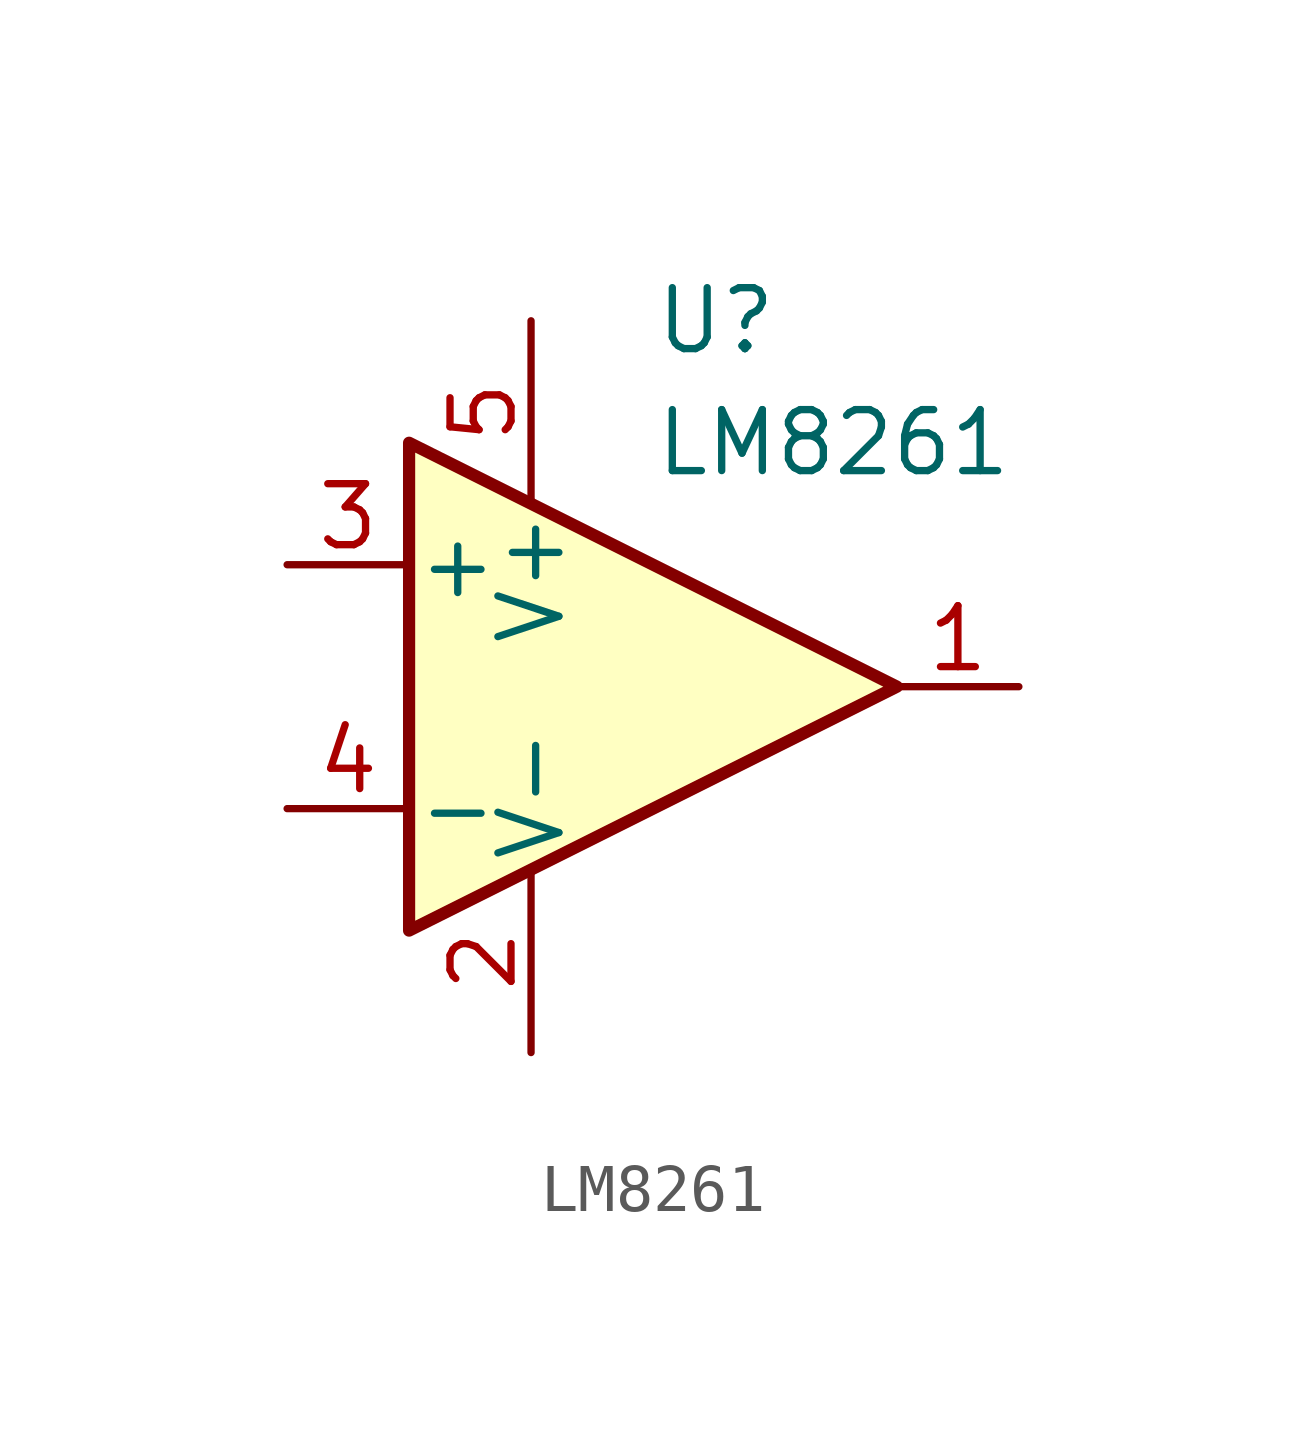
<source format=kicad_sym>
(kicad_symbol_lib
  (version 20220914)
  (generator kicad_symbol_editor)
  (symbol "LM8261"
    (pin_names
      (offset 0.127))
    (property "Reference" "U"
      (at 0 7.62 0)
      (effects (font (size 1.27 1.27)) (justify left)))
    (property "Value" "LM8261"
      (at 0 5.08 0)
      (effects (font (size 1.27 1.27)) (justify left)))
    (symbol "LM8261_0_1"
      (polyline (pts (xy -5.08 5.08) (xy 5.08 0) (xy -5.08 -5.08) (xy -5.08 5.08)) (stroke (width 0.254) (type default)) (fill (type background))))
    (symbol "LM8261_1_1"
      (pin output line (at 7.62 0 180) (length 2.54) (name "~" (effects (font (size 1.27 1.27)))) (number "1" (effects (font (size 1.27 1.27)))))
      (pin power_in line (at -2.54 -7.62 90) (length 3.81) (name "V-" (effects (font (size 1.27 1.27)))) (number "2" (effects (font (size 1.27 1.27)))))
      (pin input line (at -7.62 2.54 0) (length 2.54) (name "+" (effects (font (size 1.27 1.27)))) (number "3" (effects (font (size 1.27 1.27)))))
      (pin input line (at -7.62 -2.54 0) (length 2.54) (name "-" (effects (font (size 1.27 1.27)))) (number "4" (effects (font (size 1.27 1.27)))))
      (pin power_in line (at -2.54 7.62 270) (length 3.81) (name "V+" (effects (font (size 1.27 1.27)))) (number "5" (effects (font (size 1.27 1.27))))))))
</source>
